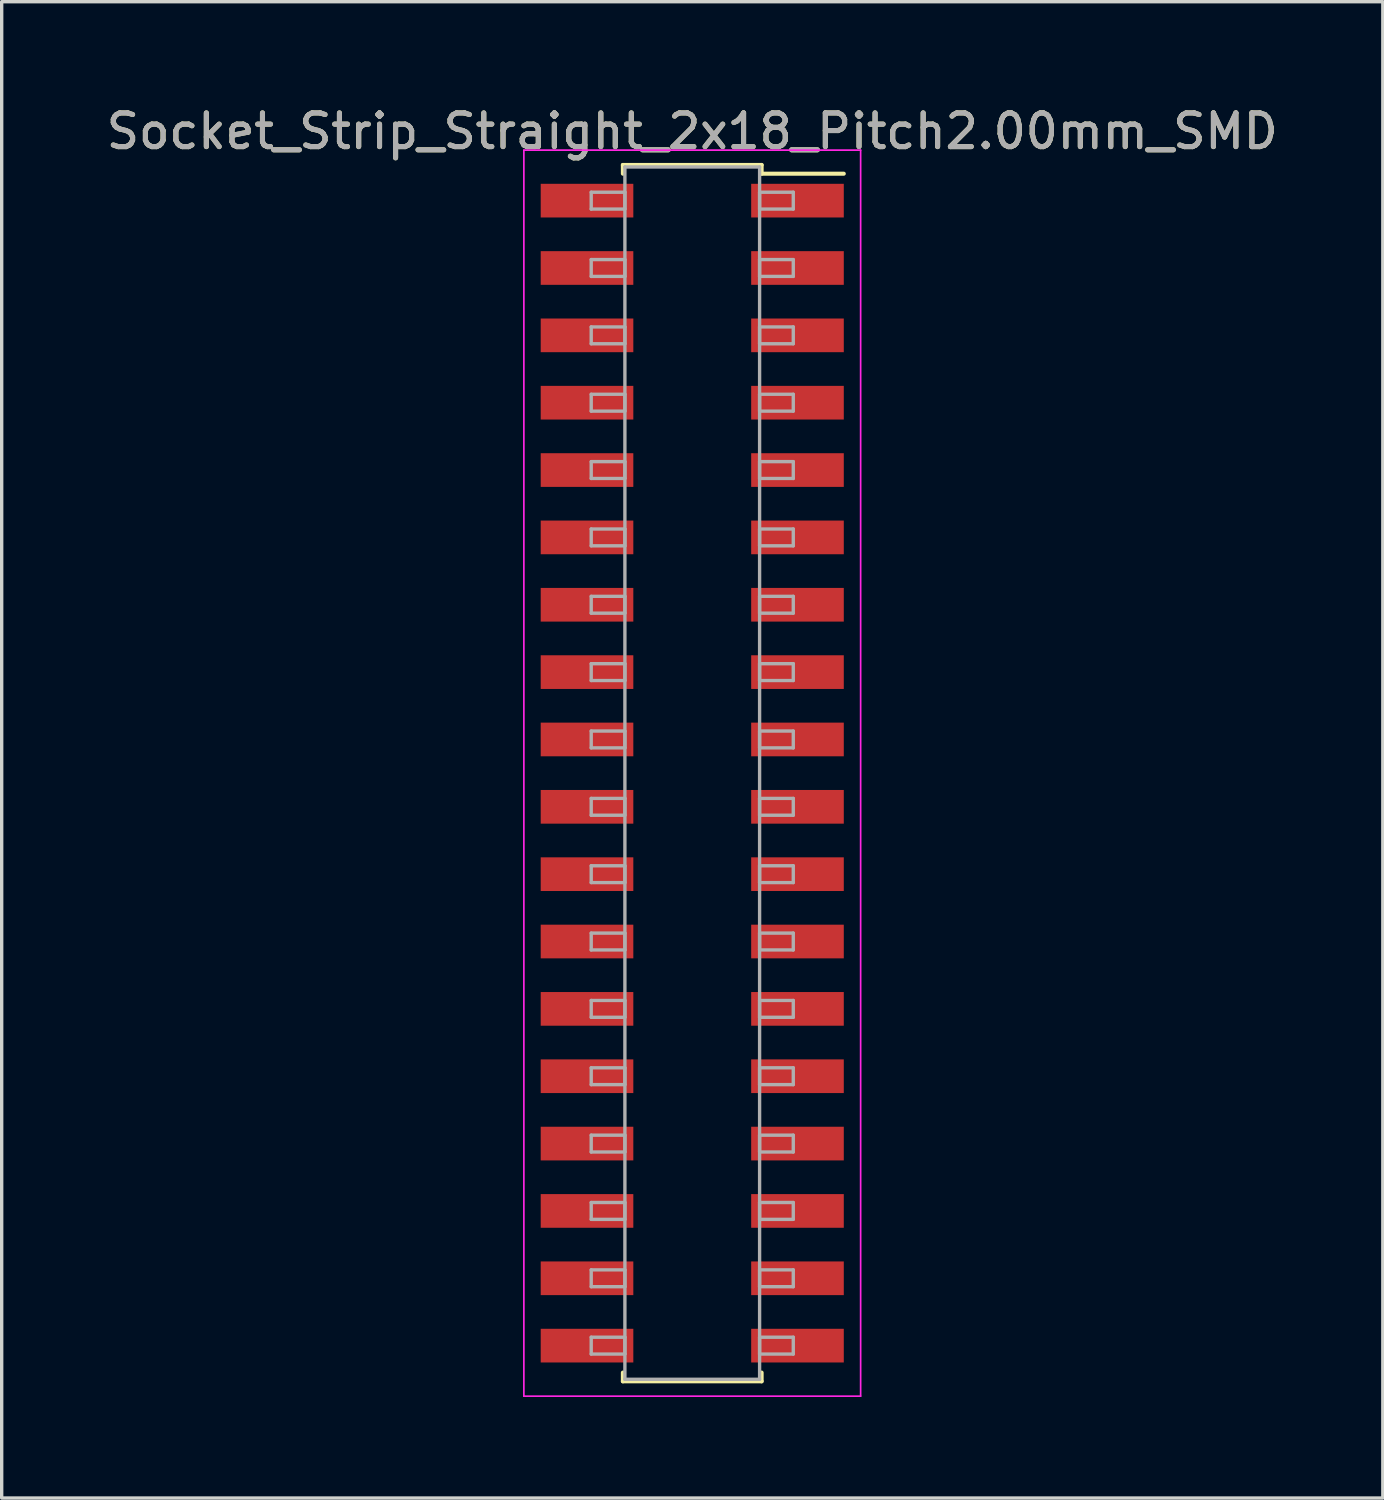
<source format=kicad_pcb>
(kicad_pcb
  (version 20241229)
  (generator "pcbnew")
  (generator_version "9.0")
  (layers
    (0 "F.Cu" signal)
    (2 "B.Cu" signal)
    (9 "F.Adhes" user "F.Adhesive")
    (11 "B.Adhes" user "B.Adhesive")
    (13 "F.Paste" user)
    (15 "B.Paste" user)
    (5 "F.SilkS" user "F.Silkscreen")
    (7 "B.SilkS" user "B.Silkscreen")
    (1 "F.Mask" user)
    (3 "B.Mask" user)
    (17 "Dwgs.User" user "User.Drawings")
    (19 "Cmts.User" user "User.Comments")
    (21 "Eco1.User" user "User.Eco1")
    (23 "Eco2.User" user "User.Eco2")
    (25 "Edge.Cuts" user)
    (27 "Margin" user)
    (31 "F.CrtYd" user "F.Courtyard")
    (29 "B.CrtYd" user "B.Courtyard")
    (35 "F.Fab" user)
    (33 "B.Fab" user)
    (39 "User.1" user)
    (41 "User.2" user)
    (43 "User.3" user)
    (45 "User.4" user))
  (footprint "Socket_Strip_Straight_2x18_Pitch2.00mm_SMD"
    (layer "F.Cu")
    (at 17.506 19.908)
    (property "Reference" "Socket_Strip_Straight_2x18_Pitch2.00mm_SMD" (at 0 -19.06 0) (layer "F.SilkS") (effects (font (size 1 1) (thickness 0.15))))
    (attr smd)
    (fp_line (start -2.06 -18.06) (end 2.06 -18.06) (stroke (width 0.12) (type solid)) (layer "F.SilkS"))
    (fp_line (start -2.06 -17.8) (end -2.06 -18.06) (stroke (width 0.12) (type solid)) (layer "F.SilkS"))
    (fp_line (start -2.06 17.8) (end -2.06 18.06) (stroke (width 0.12) (type solid)) (layer "F.SilkS"))
    (fp_line (start -2.06 18.06) (end 2.06 18.06) (stroke (width 0.12) (type solid)) (layer "F.SilkS"))
    (fp_line (start 2.06 -18.06) (end 2.06 -17.8) (stroke (width 0.12) (type solid)) (layer "F.SilkS"))
    (fp_line (start 2.06 18.06) (end 2.06 17.8) (stroke (width 0.12) (type solid)) (layer "F.SilkS"))
    (fp_line (start 4.5 -17.8) (end 2.06 -17.8) (stroke (width 0.12) (type solid)) (layer "F.SilkS"))
    (fp_line (start -5 -18.5) (end -5 18.5) (stroke (width 0.05) (type solid)) (layer "F.CrtYd"))
    (fp_line (start -5 18.5) (end 5 18.5) (stroke (width 0.05) (type solid)) (layer "F.CrtYd"))
    (fp_line (start 5 -18.5) (end -5 -18.5) (stroke (width 0.05) (type solid)) (layer "F.CrtYd"))
    (fp_line (start 5 18.5) (end 5 -18.5) (stroke (width 0.05) (type solid)) (layer "F.CrtYd"))
    (fp_line (start -3 -17.25) (end -2 -17.25) (stroke (width 0.1) (type solid)) (layer "F.Fab"))
    (fp_line (start -3 -16.75) (end -3 -17.25) (stroke (width 0.1) (type solid)) (layer "F.Fab"))
    (fp_line (start -3 -15.25) (end -2 -15.25) (stroke (width 0.1) (type solid)) (layer "F.Fab"))
    (fp_line (start -3 -14.75) (end -3 -15.25) (stroke (width 0.1) (type solid)) (layer "F.Fab"))
    (fp_line (start -3 -13.25) (end -2 -13.25) (stroke (width 0.1) (type solid)) (layer "F.Fab"))
    (fp_line (start -3 -12.75) (end -3 -13.25) (stroke (width 0.1) (type solid)) (layer "F.Fab"))
    (fp_line (start -3 -11.25) (end -2 -11.25) (stroke (width 0.1) (type solid)) (layer "F.Fab"))
    (fp_line (start -3 -10.75) (end -3 -11.25) (stroke (width 0.1) (type solid)) (layer "F.Fab"))
    (fp_line (start -3 -9.25) (end -2 -9.25) (stroke (width 0.1) (type solid)) (layer "F.Fab"))
    (fp_line (start -3 -8.75) (end -3 -9.25) (stroke (width 0.1) (type solid)) (layer "F.Fab"))
    (fp_line (start -3 -7.25) (end -2 -7.25) (stroke (width 0.1) (type solid)) (layer "F.Fab"))
    (fp_line (start -3 -6.75) (end -3 -7.25) (stroke (width 0.1) (type solid)) (layer "F.Fab"))
    (fp_line (start -3 -5.25) (end -2 -5.25) (stroke (width 0.1) (type solid)) (layer "F.Fab"))
    (fp_line (start -3 -4.75) (end -3 -5.25) (stroke (width 0.1) (type solid)) (layer "F.Fab"))
    (fp_line (start -3 -3.25) (end -2 -3.25) (stroke (width 0.1) (type solid)) (layer "F.Fab"))
    (fp_line (start -3 -2.75) (end -3 -3.25) (stroke (width 0.1) (type solid)) (layer "F.Fab"))
    (fp_line (start -3 -1.25) (end -2 -1.25) (stroke (width 0.1) (type solid)) (layer "F.Fab"))
    (fp_line (start -3 -0.75) (end -3 -1.25) (stroke (width 0.1) (type solid)) (layer "F.Fab"))
    (fp_line (start -3 0.75) (end -2 0.75) (stroke (width 0.1) (type solid)) (layer "F.Fab"))
    (fp_line (start -3 1.25) (end -3 0.75) (stroke (width 0.1) (type solid)) (layer "F.Fab"))
    (fp_line (start -3 2.75) (end -2 2.75) (stroke (width 0.1) (type solid)) (layer "F.Fab"))
    (fp_line (start -3 3.25) (end -3 2.75) (stroke (width 0.1) (type solid)) (layer "F.Fab"))
    (fp_line (start -3 4.75) (end -2 4.75) (stroke (width 0.1) (type solid)) (layer "F.Fab"))
    (fp_line (start -3 5.25) (end -3 4.75) (stroke (width 0.1) (type solid)) (layer "F.Fab"))
    (fp_line (start -3 6.75) (end -2 6.75) (stroke (width 0.1) (type solid)) (layer "F.Fab"))
    (fp_line (start -3 7.25) (end -3 6.75) (stroke (width 0.1) (type solid)) (layer "F.Fab"))
    (fp_line (start -3 8.75) (end -2 8.75) (stroke (width 0.1) (type solid)) (layer "F.Fab"))
    (fp_line (start -3 9.25) (end -3 8.75) (stroke (width 0.1) (type solid)) (layer "F.Fab"))
    (fp_line (start -3 10.75) (end -2 10.75) (stroke (width 0.1) (type solid)) (layer "F.Fab"))
    (fp_line (start -3 11.25) (end -3 10.75) (stroke (width 0.1) (type solid)) (layer "F.Fab"))
    (fp_line (start -3 12.75) (end -2 12.75) (stroke (width 0.1) (type solid)) (layer "F.Fab"))
    (fp_line (start -3 13.25) (end -3 12.75) (stroke (width 0.1) (type solid)) (layer "F.Fab"))
    (fp_line (start -3 14.75) (end -2 14.75) (stroke (width 0.1) (type solid)) (layer "F.Fab"))
    (fp_line (start -3 15.25) (end -3 14.75) (stroke (width 0.1) (type solid)) (layer "F.Fab"))
    (fp_line (start -3 16.75) (end -2 16.75) (stroke (width 0.1) (type solid)) (layer "F.Fab"))
    (fp_line (start -3 17.25) (end -3 16.75) (stroke (width 0.1) (type solid)) (layer "F.Fab"))
    (fp_line (start -2 -18) (end -2 18) (stroke (width 0.1) (type solid)) (layer "F.Fab"))
    (fp_line (start -2 -17.25) (end -2 -16.75) (stroke (width 0.1) (type solid)) (layer "F.Fab"))
    (fp_line (start -2 -16.75) (end -3 -16.75) (stroke (width 0.1) (type solid)) (layer "F.Fab"))
    (fp_line (start -2 -15.25) (end -2 -14.75) (stroke (width 0.1) (type solid)) (layer "F.Fab"))
    (fp_line (start -2 -14.75) (end -3 -14.75) (stroke (width 0.1) (type solid)) (layer "F.Fab"))
    (fp_line (start -2 -13.25) (end -2 -12.75) (stroke (width 0.1) (type solid)) (layer "F.Fab"))
    (fp_line (start -2 -12.75) (end -3 -12.75) (stroke (width 0.1) (type solid)) (layer "F.Fab"))
    (fp_line (start -2 -11.25) (end -2 -10.75) (stroke (width 0.1) (type solid)) (layer "F.Fab"))
    (fp_line (start -2 -10.75) (end -3 -10.75) (stroke (width 0.1) (type solid)) (layer "F.Fab"))
    (fp_line (start -2 -9.25) (end -2 -8.75) (stroke (width 0.1) (type solid)) (layer "F.Fab"))
    (fp_line (start -2 -8.75) (end -3 -8.75) (stroke (width 0.1) (type solid)) (layer "F.Fab"))
    (fp_line (start -2 -7.25) (end -2 -6.75) (stroke (width 0.1) (type solid)) (layer "F.Fab"))
    (fp_line (start -2 -6.75) (end -3 -6.75) (stroke (width 0.1) (type solid)) (layer "F.Fab"))
    (fp_line (start -2 -5.25) (end -2 -4.75) (stroke (width 0.1) (type solid)) (layer "F.Fab"))
    (fp_line (start -2 -4.75) (end -3 -4.75) (stroke (width 0.1) (type solid)) (layer "F.Fab"))
    (fp_line (start -2 -3.25) (end -2 -2.75) (stroke (width 0.1) (type solid)) (layer "F.Fab"))
    (fp_line (start -2 -2.75) (end -3 -2.75) (stroke (width 0.1) (type solid)) (layer "F.Fab"))
    (fp_line (start -2 -1.25) (end -2 -0.75) (stroke (width 0.1) (type solid)) (layer "F.Fab"))
    (fp_line (start -2 -0.75) (end -3 -0.75) (stroke (width 0.1) (type solid)) (layer "F.Fab"))
    (fp_line (start -2 0.75) (end -2 1.25) (stroke (width 0.1) (type solid)) (layer "F.Fab"))
    (fp_line (start -2 1.25) (end -3 1.25) (stroke (width 0.1) (type solid)) (layer "F.Fab"))
    (fp_line (start -2 2.75) (end -2 3.25) (stroke (width 0.1) (type solid)) (layer "F.Fab"))
    (fp_line (start -2 3.25) (end -3 3.25) (stroke (width 0.1) (type solid)) (layer "F.Fab"))
    (fp_line (start -2 4.75) (end -2 5.25) (stroke (width 0.1) (type solid)) (layer "F.Fab"))
    (fp_line (start -2 5.25) (end -3 5.25) (stroke (width 0.1) (type solid)) (layer "F.Fab"))
    (fp_line (start -2 6.75) (end -2 7.25) (stroke (width 0.1) (type solid)) (layer "F.Fab"))
    (fp_line (start -2 7.25) (end -3 7.25) (stroke (width 0.1) (type solid)) (layer "F.Fab"))
    (fp_line (start -2 8.75) (end -2 9.25) (stroke (width 0.1) (type solid)) (layer "F.Fab"))
    (fp_line (start -2 9.25) (end -3 9.25) (stroke (width 0.1) (type solid)) (layer "F.Fab"))
    (fp_line (start -2 10.75) (end -2 11.25) (stroke (width 0.1) (type solid)) (layer "F.Fab"))
    (fp_line (start -2 11.25) (end -3 11.25) (stroke (width 0.1) (type solid)) (layer "F.Fab"))
    (fp_line (start -2 12.75) (end -2 13.25) (stroke (width 0.1) (type solid)) (layer "F.Fab"))
    (fp_line (start -2 13.25) (end -3 13.25) (stroke (width 0.1) (type solid)) (layer "F.Fab"))
    (fp_line (start -2 14.75) (end -2 15.25) (stroke (width 0.1) (type solid)) (layer "F.Fab"))
    (fp_line (start -2 15.25) (end -3 15.25) (stroke (width 0.1) (type solid)) (layer "F.Fab"))
    (fp_line (start -2 16.75) (end -2 17.25) (stroke (width 0.1) (type solid)) (layer "F.Fab"))
    (fp_line (start -2 17.25) (end -3 17.25) (stroke (width 0.1) (type solid)) (layer "F.Fab"))
    (fp_line (start -2 18) (end 2 18) (stroke (width 0.1) (type solid)) (layer "F.Fab"))
    (fp_line (start 2 -18) (end -2 -18) (stroke (width 0.1) (type solid)) (layer "F.Fab"))
    (fp_line (start 2 -17.25) (end 2 -16.75) (stroke (width 0.1) (type solid)) (layer "F.Fab"))
    (fp_line (start 2 -16.75) (end 3 -16.75) (stroke (width 0.1) (type solid)) (layer "F.Fab"))
    (fp_line (start 2 -15.25) (end 2 -14.75) (stroke (width 0.1) (type solid)) (layer "F.Fab"))
    (fp_line (start 2 -14.75) (end 3 -14.75) (stroke (width 0.1) (type solid)) (layer "F.Fab"))
    (fp_line (start 2 -13.25) (end 2 -12.75) (stroke (width 0.1) (type solid)) (layer "F.Fab"))
    (fp_line (start 2 -12.75) (end 3 -12.75) (stroke (width 0.1) (type solid)) (layer "F.Fab"))
    (fp_line (start 2 -11.25) (end 2 -10.75) (stroke (width 0.1) (type solid)) (layer "F.Fab"))
    (fp_line (start 2 -10.75) (end 3 -10.75) (stroke (width 0.1) (type solid)) (layer "F.Fab"))
    (fp_line (start 2 -9.25) (end 2 -8.75) (stroke (width 0.1) (type solid)) (layer "F.Fab"))
    (fp_line (start 2 -8.75) (end 3 -8.75) (stroke (width 0.1) (type solid)) (layer "F.Fab"))
    (fp_line (start 2 -7.25) (end 2 -6.75) (stroke (width 0.1) (type solid)) (layer "F.Fab"))
    (fp_line (start 2 -6.75) (end 3 -6.75) (stroke (width 0.1) (type solid)) (layer "F.Fab"))
    (fp_line (start 2 -5.25) (end 2 -4.75) (stroke (width 0.1) (type solid)) (layer "F.Fab"))
    (fp_line (start 2 -4.75) (end 3 -4.75) (stroke (width 0.1) (type solid)) (layer "F.Fab"))
    (fp_line (start 2 -3.25) (end 2 -2.75) (stroke (width 0.1) (type solid)) (layer "F.Fab"))
    (fp_line (start 2 -2.75) (end 3 -2.75) (stroke (width 0.1) (type solid)) (layer "F.Fab"))
    (fp_line (start 2 -1.25) (end 2 -0.75) (stroke (width 0.1) (type solid)) (layer "F.Fab"))
    (fp_line (start 2 -0.75) (end 3 -0.75) (stroke (width 0.1) (type solid)) (layer "F.Fab"))
    (fp_line (start 2 0.75) (end 2 1.25) (stroke (width 0.1) (type solid)) (layer "F.Fab"))
    (fp_line (start 2 1.25) (end 3 1.25) (stroke (width 0.1) (type solid)) (layer "F.Fab"))
    (fp_line (start 2 2.75) (end 2 3.25) (stroke (width 0.1) (type solid)) (layer "F.Fab"))
    (fp_line (start 2 3.25) (end 3 3.25) (stroke (width 0.1) (type solid)) (layer "F.Fab"))
    (fp_line (start 2 4.75) (end 2 5.25) (stroke (width 0.1) (type solid)) (layer "F.Fab"))
    (fp_line (start 2 5.25) (end 3 5.25) (stroke (width 0.1) (type solid)) (layer "F.Fab"))
    (fp_line (start 2 6.75) (end 2 7.25) (stroke (width 0.1) (type solid)) (layer "F.Fab"))
    (fp_line (start 2 7.25) (end 3 7.25) (stroke (width 0.1) (type solid)) (layer "F.Fab"))
    (fp_line (start 2 8.75) (end 2 9.25) (stroke (width 0.1) (type solid)) (layer "F.Fab"))
    (fp_line (start 2 9.25) (end 3 9.25) (stroke (width 0.1) (type solid)) (layer "F.Fab"))
    (fp_line (start 2 10.75) (end 2 11.25) (stroke (width 0.1) (type solid)) (layer "F.Fab"))
    (fp_line (start 2 11.25) (end 3 11.25) (stroke (width 0.1) (type solid)) (layer "F.Fab"))
    (fp_line (start 2 12.75) (end 2 13.25) (stroke (width 0.1) (type solid)) (layer "F.Fab"))
    (fp_line (start 2 13.25) (end 3 13.25) (stroke (width 0.1) (type solid)) (layer "F.Fab"))
    (fp_line (start 2 14.75) (end 2 15.25) (stroke (width 0.1) (type solid)) (layer "F.Fab"))
    (fp_line (start 2 15.25) (end 3 15.25) (stroke (width 0.1) (type solid)) (layer "F.Fab"))
    (fp_line (start 2 16.75) (end 2 17.25) (stroke (width 0.1) (type solid)) (layer "F.Fab"))
    (fp_line (start 2 17.25) (end 3 17.25) (stroke (width 0.1) (type solid)) (layer "F.Fab"))
    (fp_line (start 2 18) (end 2 -18) (stroke (width 0.1) (type solid)) (layer "F.Fab"))
    (fp_line (start 3 -17.25) (end 2 -17.25) (stroke (width 0.1) (type solid)) (layer "F.Fab"))
    (fp_line (start 3 -16.75) (end 3 -17.25) (stroke (width 0.1) (type solid)) (layer "F.Fab"))
    (fp_line (start 3 -15.25) (end 2 -15.25) (stroke (width 0.1) (type solid)) (layer "F.Fab"))
    (fp_line (start 3 -14.75) (end 3 -15.25) (stroke (width 0.1) (type solid)) (layer "F.Fab"))
    (fp_line (start 3 -13.25) (end 2 -13.25) (stroke (width 0.1) (type solid)) (layer "F.Fab"))
    (fp_line (start 3 -12.75) (end 3 -13.25) (stroke (width 0.1) (type solid)) (layer "F.Fab"))
    (fp_line (start 3 -11.25) (end 2 -11.25) (stroke (width 0.1) (type solid)) (layer "F.Fab"))
    (fp_line (start 3 -10.75) (end 3 -11.25) (stroke (width 0.1) (type solid)) (layer "F.Fab"))
    (fp_line (start 3 -9.25) (end 2 -9.25) (stroke (width 0.1) (type solid)) (layer "F.Fab"))
    (fp_line (start 3 -8.75) (end 3 -9.25) (stroke (width 0.1) (type solid)) (layer "F.Fab"))
    (fp_line (start 3 -7.25) (end 2 -7.25) (stroke (width 0.1) (type solid)) (layer "F.Fab"))
    (fp_line (start 3 -6.75) (end 3 -7.25) (stroke (width 0.1) (type solid)) (layer "F.Fab"))
    (fp_line (start 3 -5.25) (end 2 -5.25) (stroke (width 0.1) (type solid)) (layer "F.Fab"))
    (fp_line (start 3 -4.75) (end 3 -5.25) (stroke (width 0.1) (type solid)) (layer "F.Fab"))
    (fp_line (start 3 -3.25) (end 2 -3.25) (stroke (width 0.1) (type solid)) (layer "F.Fab"))
    (fp_line (start 3 -2.75) (end 3 -3.25) (stroke (width 0.1) (type solid)) (layer "F.Fab"))
    (fp_line (start 3 -1.25) (end 2 -1.25) (stroke (width 0.1) (type solid)) (layer "F.Fab"))
    (fp_line (start 3 -0.75) (end 3 -1.25) (stroke (width 0.1) (type solid)) (layer "F.Fab"))
    (fp_line (start 3 0.75) (end 2 0.75) (stroke (width 0.1) (type solid)) (layer "F.Fab"))
    (fp_line (start 3 1.25) (end 3 0.75) (stroke (width 0.1) (type solid)) (layer "F.Fab"))
    (fp_line (start 3 2.75) (end 2 2.75) (stroke (width 0.1) (type solid)) (layer "F.Fab"))
    (fp_line (start 3 3.25) (end 3 2.75) (stroke (width 0.1) (type solid)) (layer "F.Fab"))
    (fp_line (start 3 4.75) (end 2 4.75) (stroke (width 0.1) (type solid)) (layer "F.Fab"))
    (fp_line (start 3 5.25) (end 3 4.75) (stroke (width 0.1) (type solid)) (layer "F.Fab"))
    (fp_line (start 3 6.75) (end 2 6.75) (stroke (width 0.1) (type solid)) (layer "F.Fab"))
    (fp_line (start 3 7.25) (end 3 6.75) (stroke (width 0.1) (type solid)) (layer "F.Fab"))
    (fp_line (start 3 8.75) (end 2 8.75) (stroke (width 0.1) (type solid)) (layer "F.Fab"))
    (fp_line (start 3 9.25) (end 3 8.75) (stroke (width 0.1) (type solid)) (layer "F.Fab"))
    (fp_line (start 3 10.75) (end 2 10.75) (stroke (width 0.1) (type solid)) (layer "F.Fab"))
    (fp_line (start 3 11.25) (end 3 10.75) (stroke (width 0.1) (type solid)) (layer "F.Fab"))
    (fp_line (start 3 12.75) (end 2 12.75) (stroke (width 0.1) (type solid)) (layer "F.Fab"))
    (fp_line (start 3 13.25) (end 3 12.75) (stroke (width 0.1) (type solid)) (layer "F.Fab"))
    (fp_line (start 3 14.75) (end 2 14.75) (stroke (width 0.1) (type solid)) (layer "F.Fab"))
    (fp_line (start 3 15.25) (end 3 14.75) (stroke (width 0.1) (type solid)) (layer "F.Fab"))
    (fp_line (start 3 16.75) (end 2 16.75) (stroke (width 0.1) (type solid)) (layer "F.Fab"))
    (fp_line (start 3 17.25) (end 3 16.75) (stroke (width 0.1) (type solid)) (layer "F.Fab"))
    (fp_text user "${REFERENCE}" (at 0 -19.06 0) (layer "F.Fab") (effects (font (size 1 1) (thickness 0.15))))
    (pad "1" smd rect (at 3.125 -17) (size 2.75 1) (layers "F.Cu" "F.Mask" "F.Paste"))
    (pad "2" smd rect (at -3.125 -17) (size 2.75 1) (layers "F.Cu" "F.Mask" "F.Paste"))
    (pad "3" smd rect (at 3.125 -15) (size 2.75 1) (layers "F.Cu" "F.Mask" "F.Paste"))
    (pad "4" smd rect (at -3.125 -15) (size 2.75 1) (layers "F.Cu" "F.Mask" "F.Paste"))
    (pad "5" smd rect (at 3.125 -13) (size 2.75 1) (layers "F.Cu" "F.Mask" "F.Paste"))
    (pad "6" smd rect (at -3.125 -13) (size 2.75 1) (layers "F.Cu" "F.Mask" "F.Paste"))
    (pad "7" smd rect (at 3.125 -11) (size 2.75 1) (layers "F.Cu" "F.Mask" "F.Paste"))
    (pad "8" smd rect (at -3.125 -11) (size 2.75 1) (layers "F.Cu" "F.Mask" "F.Paste"))
    (pad "9" smd rect (at 3.125 -9) (size 2.75 1) (layers "F.Cu" "F.Mask" "F.Paste"))
    (pad "10" smd rect (at -3.125 -9) (size 2.75 1) (layers "F.Cu" "F.Mask" "F.Paste"))
    (pad "11" smd rect (at 3.125 -7) (size 2.75 1) (layers "F.Cu" "F.Mask" "F.Paste"))
    (pad "12" smd rect (at -3.125 -7) (size 2.75 1) (layers "F.Cu" "F.Mask" "F.Paste"))
    (pad "13" smd rect (at 3.125 -5) (size 2.75 1) (layers "F.Cu" "F.Mask" "F.Paste"))
    (pad "14" smd rect (at -3.125 -5) (size 2.75 1) (layers "F.Cu" "F.Mask" "F.Paste"))
    (pad "15" smd rect (at 3.125 -3) (size 2.75 1) (layers "F.Cu" "F.Mask" "F.Paste"))
    (pad "16" smd rect (at -3.125 -3) (size 2.75 1) (layers "F.Cu" "F.Mask" "F.Paste"))
    (pad "17" smd rect (at 3.125 -1) (size 2.75 1) (layers "F.Cu" "F.Mask" "F.Paste"))
    (pad "18" smd rect (at -3.125 -1) (size 2.75 1) (layers "F.Cu" "F.Mask" "F.Paste"))
    (pad "19" smd rect (at 3.125 1) (size 2.75 1) (layers "F.Cu" "F.Mask" "F.Paste"))
    (pad "20" smd rect (at -3.125 1) (size 2.75 1) (layers "F.Cu" "F.Mask" "F.Paste"))
    (pad "21" smd rect (at 3.125 3) (size 2.75 1) (layers "F.Cu" "F.Mask" "F.Paste"))
    (pad "22" smd rect (at -3.125 3) (size 2.75 1) (layers "F.Cu" "F.Mask" "F.Paste"))
    (pad "23" smd rect (at 3.125 5) (size 2.75 1) (layers "F.Cu" "F.Mask" "F.Paste"))
    (pad "24" smd rect (at -3.125 5) (size 2.75 1) (layers "F.Cu" "F.Mask" "F.Paste"))
    (pad "25" smd rect (at 3.125 7) (size 2.75 1) (layers "F.Cu" "F.Mask" "F.Paste"))
    (pad "26" smd rect (at -3.125 7) (size 2.75 1) (layers "F.Cu" "F.Mask" "F.Paste"))
    (pad "27" smd rect (at 3.125 9) (size 2.75 1) (layers "F.Cu" "F.Mask" "F.Paste"))
    (pad "28" smd rect (at -3.125 9) (size 2.75 1) (layers "F.Cu" "F.Mask" "F.Paste"))
    (pad "29" smd rect (at 3.125 11) (size 2.75 1) (layers "F.Cu" "F.Mask" "F.Paste"))
    (pad "30" smd rect (at -3.125 11) (size 2.75 1) (layers "F.Cu" "F.Mask" "F.Paste"))
    (pad "31" smd rect (at 3.125 13) (size 2.75 1) (layers "F.Cu" "F.Mask" "F.Paste"))
    (pad "32" smd rect (at -3.125 13) (size 2.75 1) (layers "F.Cu" "F.Mask" "F.Paste"))
    (pad "33" smd rect (at 3.125 15) (size 2.75 1) (layers "F.Cu" "F.Mask" "F.Paste"))
    (pad "34" smd rect (at -3.125 15) (size 2.75 1) (layers "F.Cu" "F.Mask" "F.Paste"))
    (pad "35" smd rect (at 3.125 17) (size 2.75 1) (layers "F.Cu" "F.Mask" "F.Paste"))
    (pad "36" smd rect (at -3.125 17) (size 2.75 1) (layers "F.Cu" "F.Mask" "F.Paste")))
  (gr_rect
    (start -3 -3)
    (end 38.012 41.433)
    (stroke (width 0.1) (type default))
    (fill no)
    (layer "Edge.Cuts")))
</source>
